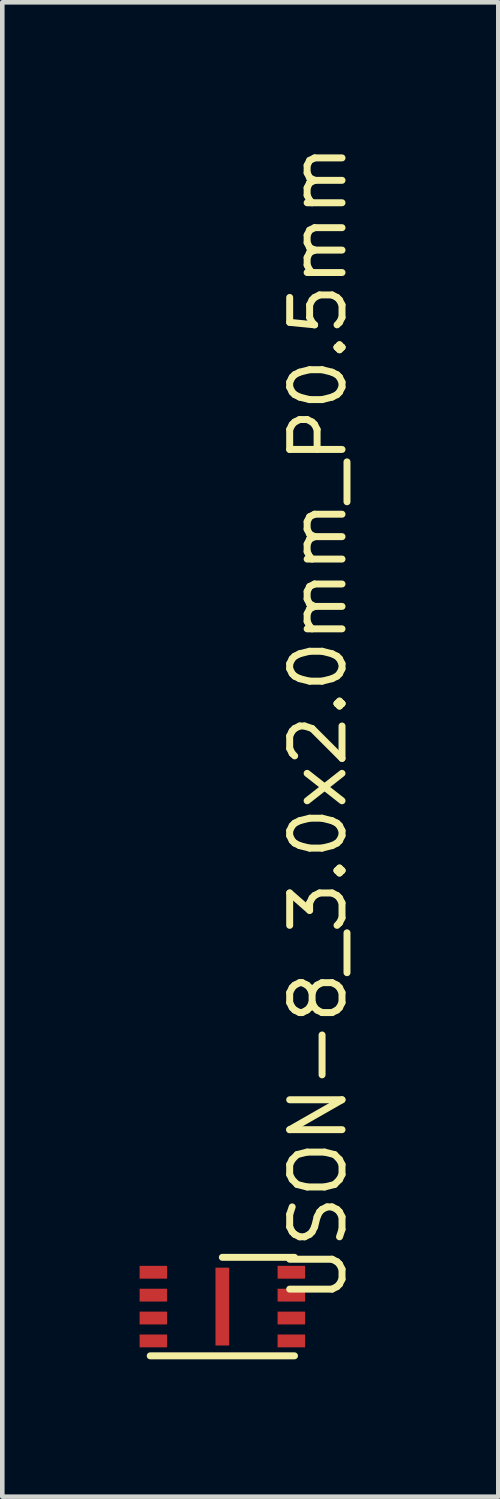
<source format=kicad_pcb>
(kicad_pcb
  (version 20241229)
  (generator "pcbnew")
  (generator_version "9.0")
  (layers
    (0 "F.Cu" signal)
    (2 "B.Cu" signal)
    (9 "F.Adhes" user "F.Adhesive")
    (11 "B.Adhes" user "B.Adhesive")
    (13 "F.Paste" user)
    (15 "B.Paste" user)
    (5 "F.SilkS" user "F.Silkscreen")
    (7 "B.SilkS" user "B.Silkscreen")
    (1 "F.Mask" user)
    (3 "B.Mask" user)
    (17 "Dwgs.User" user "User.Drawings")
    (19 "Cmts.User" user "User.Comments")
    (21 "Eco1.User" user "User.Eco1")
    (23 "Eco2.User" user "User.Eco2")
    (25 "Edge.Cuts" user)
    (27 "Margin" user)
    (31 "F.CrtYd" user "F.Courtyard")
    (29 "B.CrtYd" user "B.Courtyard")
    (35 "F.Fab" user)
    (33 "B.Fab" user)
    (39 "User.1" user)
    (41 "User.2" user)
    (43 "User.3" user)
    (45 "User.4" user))
  (footprint "USON-8_3.0x2.0mm_P0.5mm"
    (layer "F.Cu")
    (at 1.807 25.491)
    (property "Reference" "USON-8_3.0x2.0mm_P0.5mm" (at 2.093 -0.009 270) (layer "F.SilkS") (effects (font (size 1.143 1.143) (thickness 0.152)) (justify left)))
    (attr smd)
    (fp_line (start -1.576 1.076) (end 1.576 1.076) (stroke (width 0.152) (type solid)) (layer "F.SilkS"))
    (fp_line (start 1.576 -1.076) (end 0 -1.076) (stroke (width 0.152) (type solid)) (layer "F.SilkS"))
    (pad "1" smd rect (at -1.507 -0.75 180) (size 0.6 0.28) (layers "F.Cu" "F.Mask" "F.Paste"))
    (pad "2" smd rect (at -1.507 -0.25 180) (size 0.6 0.28) (layers "F.Cu" "F.Mask" "F.Paste"))
    (pad "3" smd rect (at -1.507 0.25 180) (size 0.6 0.28) (layers "F.Cu" "F.Mask" "F.Paste"))
    (pad "4" smd rect (at -1.507 0.75 180) (size 0.6 0.28) (layers "F.Cu" "F.Mask" "F.Paste"))
    (pad "5" smd rect (at 1.507 0.75 180) (size 0.6 0.28) (layers "F.Cu" "F.Mask" "F.Paste"))
    (pad "6" smd rect (at 1.507 0.25 180) (size 0.6 0.28) (layers "F.Cu" "F.Mask" "F.Paste"))
    (pad "7" smd rect (at 1.507 -0.25 180) (size 0.6 0.28) (layers "F.Cu" "F.Mask" "F.Paste"))
    (pad "8" smd rect (at 1.507 -0.75 180) (size 0.6 0.28) (layers "F.Cu" "F.Mask" "F.Paste"))
    (pad "9" smd rect (at 0 0) (size 0.3 1.7) (layers "F.Cu" "F.Mask" "F.Paste")))
  (gr_rect
    (start -3 -3)
    (end 7.835 29.643)
    (stroke (width 0.1) (type default))
    (fill no)
    (layer "Edge.Cuts")))
</source>
